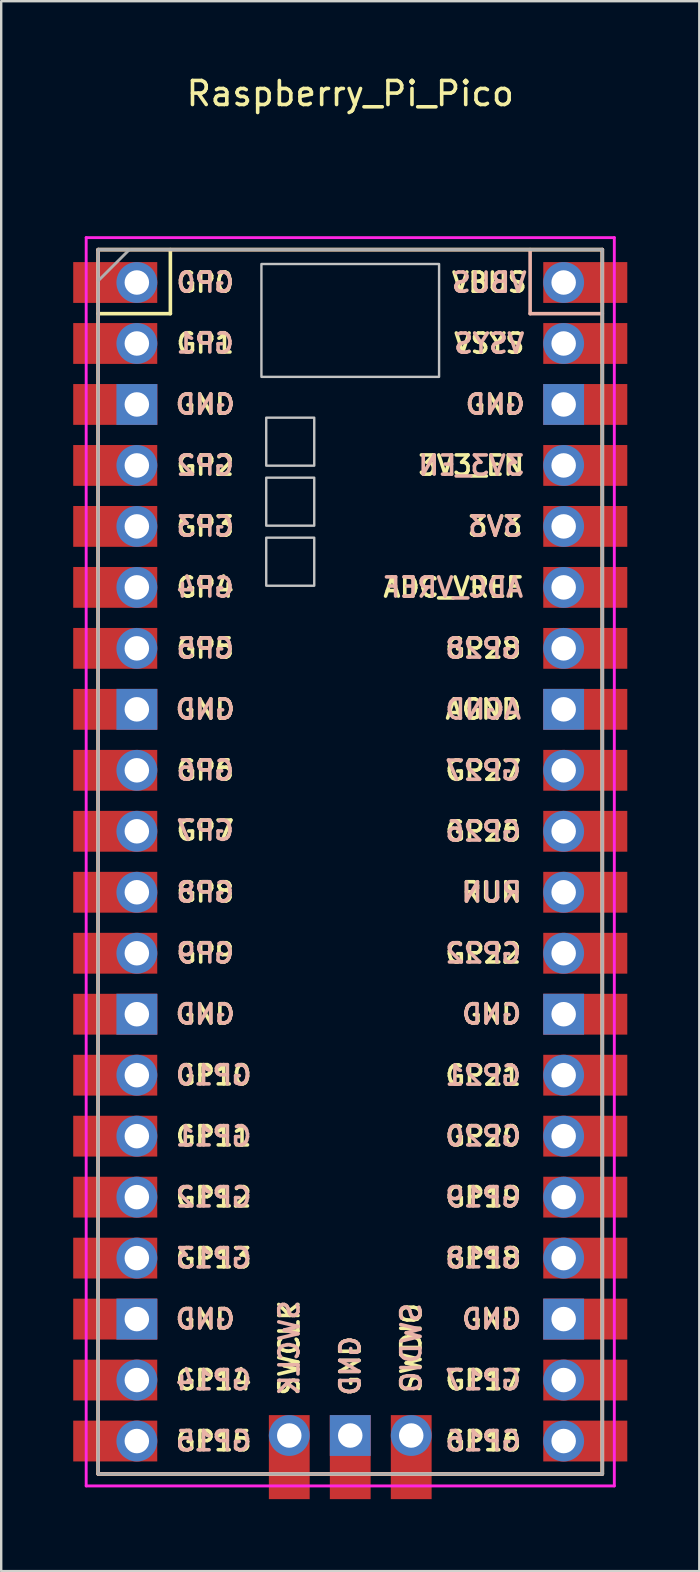
<source format=kicad_pcb>
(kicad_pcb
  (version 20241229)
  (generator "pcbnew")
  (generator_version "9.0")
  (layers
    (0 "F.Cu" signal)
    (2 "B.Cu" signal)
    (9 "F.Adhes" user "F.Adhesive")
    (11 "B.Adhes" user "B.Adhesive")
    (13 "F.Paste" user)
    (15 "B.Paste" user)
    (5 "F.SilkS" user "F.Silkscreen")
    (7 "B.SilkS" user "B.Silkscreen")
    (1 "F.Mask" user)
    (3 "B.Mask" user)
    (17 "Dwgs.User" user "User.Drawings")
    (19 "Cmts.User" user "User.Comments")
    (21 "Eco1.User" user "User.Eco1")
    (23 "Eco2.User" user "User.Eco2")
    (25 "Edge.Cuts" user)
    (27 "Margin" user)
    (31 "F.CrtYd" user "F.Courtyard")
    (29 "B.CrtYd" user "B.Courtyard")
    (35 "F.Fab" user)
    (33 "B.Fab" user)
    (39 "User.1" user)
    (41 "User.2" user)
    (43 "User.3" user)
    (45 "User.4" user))
  (footprint "Raspberry_Pi_Pico"
    (layer "F.Cu")
    (at 11.54 32.848)
    (property "Reference" "Raspberry_Pi_Pico" (at 0 -32 0) (layer "F.SilkS") (effects (font (size 1 1) (thickness 0.15))))
    (attr through_hole)
    (fp_line (start -10.5 -25.5) (end -10.5 25.5) (stroke (width 0.15) (type solid)) (layer "F.SilkS"))
    (fp_line (start -10.5 -25.5) (end 10.5 -25.5) (stroke (width 0.15) (type solid)) (layer "F.SilkS"))
    (fp_line (start -10.5 -22.833) (end -7.493 -22.833) (stroke (width 0.15) (type solid)) (layer "F.SilkS"))
    (fp_line (start -7.493 -22.833) (end -7.493 -25.5) (stroke (width 0.15) (type solid)) (layer "F.SilkS"))
    (fp_line (start 10.5 -25.5) (end 10.5 25.5) (stroke (width 0.15) (type solid)) (layer "F.SilkS"))
    (fp_line (start 10.5 25.5) (end -10.5 25.5) (stroke (width 0.15) (type solid)) (layer "F.SilkS"))
    (fp_line (start -10.5 -25.5) (end -10.5 25.5) (stroke (width 0.15) (type solid)) (layer "B.SilkS"))
    (fp_line (start -10.5 25.5) (end 10.5 25.5) (stroke (width 0.15) (type solid)) (layer "B.SilkS"))
    (fp_line (start 7.493 -22.833) (end 7.493 -25.5) (stroke (width 0.15) (type solid)) (layer "B.SilkS"))
    (fp_line (start 10.5 -25.5) (end -10.5 -25.5) (stroke (width 0.15) (type solid)) (layer "B.SilkS"))
    (fp_line (start 10.5 -25.5) (end 10.5 25.5) (stroke (width 0.15) (type solid)) (layer "B.SilkS"))
    (fp_line (start 10.5 -22.833) (end 7.493 -22.833) (stroke (width 0.15) (type solid)) (layer "B.SilkS"))
    (fp_poly (pts (xy -1.5 -16.5) (xy -3.5 -16.5) (xy -3.5 -18.5) (xy -1.5 -18.5)) (stroke (width 0.1) (type solid)) (fill no) (layer "Dwgs.User"))
    (fp_poly (pts (xy -1.5 -14) (xy -3.5 -14) (xy -3.5 -16) (xy -1.5 -16)) (stroke (width 0.1) (type solid)) (fill no) (layer "Dwgs.User"))
    (fp_poly (pts (xy -1.5 -11.5) (xy -3.5 -11.5) (xy -3.5 -13.5) (xy -1.5 -13.5)) (stroke (width 0.1) (type solid)) (fill no) (layer "Dwgs.User"))
    (fp_poly (pts (xy 3.7 -20.2) (xy -3.7 -20.2) (xy -3.7 -24.9) (xy 3.7 -24.9)) (stroke (width 0.1) (type solid)) (fill no) (layer "Dwgs.User"))
    (fp_line (start -11 -26) (end 11 -26) (stroke (width 0.12) (type solid)) (layer "F.CrtYd"))
    (fp_line (start -11 26) (end -11 -26) (stroke (width 0.12) (type solid)) (layer "F.CrtYd"))
    (fp_line (start 11 -26) (end 11 26) (stroke (width 0.12) (type solid)) (layer "F.CrtYd"))
    (fp_line (start 11 26) (end -11 26) (stroke (width 0.12) (type solid)) (layer "F.CrtYd"))
    (fp_line (start -10.5 -25.5) (end 10.5 -25.5) (stroke (width 0.12) (type solid)) (layer "F.Fab"))
    (fp_line (start -10.5 -24.2) (end -9.2 -25.5) (stroke (width 0.12) (type solid)) (layer "F.Fab"))
    (fp_line (start -10.5 25.5) (end -10.5 -25.5) (stroke (width 0.12) (type solid)) (layer "F.Fab"))
    (fp_line (start 10.5 -25.5) (end 10.5 25.5) (stroke (width 0.12) (type solid)) (layer "F.Fab"))
    (fp_line (start 10.5 25.5) (end -10.5 25.5) (stroke (width 0.12) (type solid)) (layer "F.Fab"))
    (fp_text user "GP9" (at -6.04 3.81 0) (layer "F.SilkS") (effects (font (size 0.8 0.8) (thickness 0.15))))
    (fp_text user "GP17" (at 5.54 21.59 0) (layer "F.SilkS") (effects (font (size 0.8 0.8) (thickness 0.15))))
    (fp_text user "GND" (at 5.89 6.35 0) (layer "F.SilkS") (effects (font (size 0.8 0.8) (thickness 0.15))))
    (fp_text user "GND" (at -6.04 6.35 0) (layer "F.SilkS") (effects (font (size 0.8 0.8) (thickness 0.15))))
    (fp_text user "GP8" (at -6.04 1.27 0) (layer "F.SilkS") (effects (font (size 0.8 0.8) (thickness 0.15))))
    (fp_text user "GP12" (at -5.69 13.97 0) (layer "F.SilkS") (effects (font (size 0.8 0.8) (thickness 0.15))))
    (fp_text user "GND" (at -6.04 19.05 0) (layer "F.SilkS") (effects (font (size 0.8 0.8) (thickness 0.15))))
    (fp_text user "GP28" (at 5.54 -8.89 0) (layer "F.SilkS") (effects (font (size 0.8 0.8) (thickness 0.15))))
    (fp_text user "GP16" (at 5.54 24.13 0) (layer "F.SilkS") (effects (font (size 0.8 0.8) (thickness 0.15))))
    (fp_text user "RUN" (at 5.89 1.27 0) (layer "F.SilkS") (effects (font (size 0.8 0.8) (thickness 0.15))))
    (fp_text user "3V3_EN" (at 5.04 -16.51 0) (layer "F.SilkS") (effects (font (size 0.8 0.8) (thickness 0.15))))
    (fp_text user "GND" (at -6.04 -19.05 0) (layer "F.SilkS") (effects (font (size 0.8 0.8) (thickness 0.15))))
    (fp_text user "GP18" (at 5.54 16.51 0) (layer "F.SilkS") (effects (font (size 0.8 0.8) (thickness 0.15))))
    (fp_text user "VSYS" (at 5.79 -21.59 0) (layer "F.SilkS") (effects (font (size 0.8 0.8) (thickness 0.15))))
    (fp_text user "GND" (at 6.04 -19.05 0) (layer "F.SilkS") (effects (font (size 0.8 0.8) (thickness 0.15))))
    (fp_text user "GP13" (at -5.69 16.51 0) (layer "F.SilkS") (effects (font (size 0.8 0.8) (thickness 0.15))))
    (fp_text user "GP0" (at -6.04 -24.13 0) (layer "F.SilkS") (effects (font (size 0.8 0.8) (thickness 0.15))))
    (fp_text user "ADC_VREF" (at 4.29 -11.43 0) (layer "F.SilkS") (effects (font (size 0.8 0.8) (thickness 0.15))))
    (fp_text user "GND" (at -6.04 -6.35 0) (layer "F.SilkS") (effects (font (size 0.8 0.8) (thickness 0.15))))
    (fp_text user "3V3" (at 6.04 -13.97 0) (layer "F.SilkS") (effects (font (size 0.8 0.8) (thickness 0.15))))
    (fp_text user "GP11" (at -5.69 11.43 0) (layer "F.SilkS") (effects (font (size 0.8 0.8) (thickness 0.15))))
    (fp_text user "GND" (at 0 21 90) (layer "F.SilkS") (effects (font (size 0.8 0.8) (thickness 0.15))))
    (fp_text user "SWDIO" (at 2.54 20.25 90) (layer "F.SilkS") (effects (font (size 0.8 0.8) (thickness 0.15))))
    (fp_text user "GP27" (at 5.54 -3.8 0) (layer "F.SilkS") (effects (font (size 0.8 0.8) (thickness 0.15))))
    (fp_text user "GND" (at 5.89 19.05 0) (layer "F.SilkS") (effects (font (size 0.8 0.8) (thickness 0.15))))
    (fp_text user "GP21" (at 5.54 8.9 0) (layer "F.SilkS") (effects (font (size 0.8 0.8) (thickness 0.15))))
    (fp_text user "VBUS" (at 5.79 -24.13 0) (layer "F.SilkS") (effects (font (size 0.8 0.8) (thickness 0.15))))
    (fp_text user "GP4" (at -6.04 -11.43 0) (layer "F.SilkS") (effects (font (size 0.8 0.8) (thickness 0.15))))
    (fp_text user "GP26" (at 5.54 -1.27 0) (layer "F.SilkS") (effects (font (size 0.8 0.8) (thickness 0.15))))
    (fp_text user "GP2" (at -6.04 -16.51 0) (layer "F.SilkS") (effects (font (size 0.8 0.8) (thickness 0.15))))
    (fp_text user "GP1" (at -6.04 -21.6 0) (layer "F.SilkS") (effects (font (size 0.8 0.8) (thickness 0.15))))
    (fp_text user "GP20" (at 5.54 11.43 0) (layer "F.SilkS") (effects (font (size 0.8 0.8) (thickness 0.15))))
    (fp_text user "GP19" (at 5.54 13.97 0) (layer "F.SilkS") (effects (font (size 0.8 0.8) (thickness 0.15))))
    (fp_text user "GP15" (at -5.69 24.13 0) (layer "F.SilkS") (effects (font (size 0.8 0.8) (thickness 0.15))))
    (fp_text user "GP14" (at -5.69 21.59 0) (layer "F.SilkS") (effects (font (size 0.8 0.8) (thickness 0.15))))
    (fp_text user "GP3" (at -6.04 -13.97 0) (layer "F.SilkS") (effects (font (size 0.8 0.8) (thickness 0.15))))
    (fp_text user "GP6" (at -6.04 -3.81 0) (layer "F.SilkS") (effects (font (size 0.8 0.8) (thickness 0.15))))
    (fp_text user "AGND" (at 5.54 -6.35 0) (layer "F.SilkS") (effects (font (size 0.8 0.8) (thickness 0.15))))
    (fp_text user "GP5" (at -6.04 -8.89 0) (layer "F.SilkS") (effects (font (size 0.8 0.8) (thickness 0.15))))
    (fp_text user "GP22" (at 5.54 3.81 0) (layer "F.SilkS") (effects (font (size 0.8 0.8) (thickness 0.15))))
    (fp_text user "GP7" (at -6.04 -1.3 0) (layer "F.SilkS") (effects (font (size 0.8 0.8) (thickness 0.15))))
    (fp_text user "GP10" (at -5.69 8.89 0) (layer "F.SilkS") (effects (font (size 0.8 0.8) (thickness 0.15))))
    (fp_text user "SWCLK" (at -2.54 20.25 90) (layer "F.SilkS") (effects (font (size 0.8 0.8) (thickness 0.15))))
    (fp_text user "GND" (at 6.04 -19.05 0) (layer "B.SilkS") (effects (font (size 0.8 0.8) (thickness 0.15)) (justify mirror)))
    (fp_text user "AGND" (at 5.54 -6.35 0) (layer "B.SilkS") (effects (font (size 0.8 0.8) (thickness 0.15)) (justify mirror)))
    (fp_text user "GP22" (at 5.54 3.81 0) (layer "B.SilkS") (effects (font (size 0.8 0.8) (thickness 0.15)) (justify mirror)))
    (fp_text user "GP9" (at -6.04 3.81 0) (layer "B.SilkS") (effects (font (size 0.8 0.8) (thickness 0.15)) (justify mirror)))
    (fp_text user "GP20" (at 5.54 11.43 0) (layer "B.SilkS") (effects (font (size 0.8 0.8) (thickness 0.15)) (justify mirror)))
    (fp_text user "GND" (at 0 21 270) (layer "B.SilkS") (effects (font (size 0.8 0.8) (thickness 0.15)) (justify mirror)))
    (fp_text user "3V3_EN" (at 5.04 -16.51 0) (layer "B.SilkS") (effects (font (size 0.8 0.8) (thickness 0.15)) (justify mirror)))
    (fp_text user "GP28" (at 5.54 -8.89 0) (layer "B.SilkS") (effects (font (size 0.8 0.8) (thickness 0.15)) (justify mirror)))
    (fp_text user "GP3" (at -6.04 -13.97 0) (layer "B.SilkS") (effects (font (size 0.8 0.8) (thickness 0.15)) (justify mirror)))
    (fp_text user "3V3" (at 6.04 -13.97 0) (layer "B.SilkS") (effects (font (size 0.8 0.8) (thickness 0.15)) (justify mirror)))
    (fp_text user "GP6" (at -6.04 -3.81 0) (layer "B.SilkS") (effects (font (size 0.8 0.8) (thickness 0.15)) (justify mirror)))
    (fp_text user "GND" (at -6.04 19.05 0) (layer "B.SilkS") (effects (font (size 0.8 0.8) (thickness 0.15)) (justify mirror)))
    (fp_text user "GP0" (at -6.04 -24.13 0) (layer "B.SilkS") (effects (font (size 0.8 0.8) (thickness 0.15)) (justify mirror)))
    (fp_text user "GP8" (at -6.04 1.27 0) (layer "B.SilkS") (effects (font (size 0.8 0.8) (thickness 0.15)) (justify mirror)))
    (fp_text user "GND" (at -6.04 -6.35 0) (layer "B.SilkS") (effects (font (size 0.8 0.8) (thickness 0.15)) (justify mirror)))
    (fp_text user "GP15" (at -5.69 24.13 0) (layer "B.SilkS") (effects (font (size 0.8 0.8) (thickness 0.15)) (justify mirror)))
    (fp_text user "GP19" (at 5.54 13.97 0) (layer "B.SilkS") (effects (font (size 0.8 0.8) (thickness 0.15)) (justify mirror)))
    (fp_text user "RUN" (at 5.89 1.27 0) (layer "B.SilkS") (effects (font (size 0.8 0.8) (thickness 0.15)) (justify mirror)))
    (fp_text user "GP14" (at -5.69 21.59 0) (layer "B.SilkS") (effects (font (size 0.8 0.8) (thickness 0.15)) (justify mirror)))
    (fp_text user "GP10" (at -5.69 8.89 0) (layer "B.SilkS") (effects (font (size 0.8 0.8) (thickness 0.15)) (justify mirror)))
    (fp_text user "GP4" (at -6.04 -11.43 0) (layer "B.SilkS") (effects (font (size 0.8 0.8) (thickness 0.15)) (justify mirror)))
    (fp_text user "GND" (at -6.04 -19.05 0) (layer "B.SilkS") (effects (font (size 0.8 0.8) (thickness 0.15)) (justify mirror)))
    (fp_text user "GP18" (at 5.54 16.51 0) (layer "B.SilkS") (effects (font (size 0.8 0.8) (thickness 0.15)) (justify mirror)))
    (fp_text user "GP17" (at 5.54 21.59 0) (layer "B.SilkS") (effects (font (size 0.8 0.8) (thickness 0.15)) (justify mirror)))
    (fp_text user "GP13" (at -5.69 16.51 0) (layer "B.SilkS") (effects (font (size 0.8 0.8) (thickness 0.15)) (justify mirror)))
    (fp_text user "GND" (at 5.89 19.05 0) (layer "B.SilkS") (effects (font (size 0.8 0.8) (thickness 0.15)) (justify mirror)))
    (fp_text user "GP12" (at -5.69 13.97 0) (layer "B.SilkS") (effects (font (size 0.8 0.8) (thickness 0.15)) (justify mirror)))
    (fp_text user "VSYS" (at 5.79 -21.59 0) (layer "B.SilkS") (effects (font (size 0.8 0.8) (thickness 0.15)) (justify mirror)))
    (fp_text user "GP2" (at -6.04 -16.51 0) (layer "B.SilkS") (effects (font (size 0.8 0.8) (thickness 0.15)) (justify mirror)))
    (fp_text user "GND" (at -6.04 6.35 0) (layer "B.SilkS") (effects (font (size 0.8 0.8) (thickness 0.15)) (justify mirror)))
    (fp_text user "GP26" (at 5.54 -1.27 0) (layer "B.SilkS") (effects (font (size 0.8 0.8) (thickness 0.15)) (justify mirror)))
    (fp_text user "GND" (at 5.89 6.35 0) (layer "B.SilkS") (effects (font (size 0.8 0.8) (thickness 0.15)) (justify mirror)))
    (fp_text user "GP16" (at 5.54 24.13 0) (layer "B.SilkS") (effects (font (size 0.8 0.8) (thickness 0.15)) (justify mirror)))
    (fp_text user "GP21" (at 5.54 8.9 0) (layer "B.SilkS") (effects (font (size 0.8 0.8) (thickness 0.15)) (justify mirror)))
    (fp_text user "SWDIO" (at 2.54 20.25 270) (layer "B.SilkS") (effects (font (size 0.8 0.8) (thickness 0.15)) (justify mirror)))
    (fp_text user "GP1" (at -6.04 -21.6 0) (layer "B.SilkS") (effects (font (size 0.8 0.8) (thickness 0.15)) (justify mirror)))
    (fp_text user "GP27" (at 5.54 -3.8 0) (layer "B.SilkS") (effects (font (size 0.8 0.8) (thickness 0.15)) (justify mirror)))
    (fp_text user "SWCLK" (at -2.54 20.25 270) (layer "B.SilkS") (effects (font (size 0.8 0.8) (thickness 0.15)) (justify mirror)))
    (fp_text user "GP5" (at -6.04 -8.89 0) (layer "B.SilkS") (effects (font (size 0.8 0.8) (thickness 0.15)) (justify mirror)))
    (fp_text user "GP7" (at -6.04 -1.3 0) (layer "B.SilkS") (effects (font (size 0.8 0.8) (thickness 0.15)) (justify mirror)))
    (fp_text user "ADC_VREF" (at 4.29 -11.43 0) (layer "B.SilkS") (effects (font (size 0.8 0.8) (thickness 0.15)) (justify mirror)))
    (fp_text user "GP11" (at -5.69 11.43 0) (layer "B.SilkS") (effects (font (size 0.8 0.8) (thickness 0.15)) (justify mirror)))
    (fp_text user "VBUS" (at 5.79 -24.13 0) (layer "B.SilkS") (effects (font (size 0.8 0.8) (thickness 0.15)) (justify mirror)))
    (pad "1" thru_hole oval (at -8.89 -24.13) (size 1.7 1.7) (drill 1.02) (layers "*.Cu" "*.Mask"))
    (pad "1" smd rect (at -8.89 -24.13) (size 3.5 1.7) (drill (offset -0.9 0)) (layers "F.Cu" "F.Mask"))
    (pad "2" thru_hole oval (at -8.89 -21.59) (size 1.7 1.7) (drill 1.02) (layers "*.Cu" "*.Mask"))
    (pad "2" smd rect (at -8.89 -21.59) (size 3.5 1.7) (drill (offset -0.9 0)) (layers "F.Cu" "F.Mask"))
    (pad "3" thru_hole rect (at -8.89 -19.05) (size 1.7 1.7) (drill 1.02) (layers "*.Cu" "*.Mask"))
    (pad "3" smd rect (at -8.89 -19.05) (size 3.5 1.7) (drill (offset -0.9 0)) (layers "F.Cu" "F.Mask"))
    (pad "4" thru_hole oval (at -8.89 -16.51) (size 1.7 1.7) (drill 1.02) (layers "*.Cu" "*.Mask"))
    (pad "4" smd rect (at -8.89 -16.51) (size 3.5 1.7) (drill (offset -0.9 0)) (layers "F.Cu" "F.Mask"))
    (pad "5" thru_hole oval (at -8.89 -13.97) (size 1.7 1.7) (drill 1.02) (layers "*.Cu" "*.Mask"))
    (pad "5" smd rect (at -8.89 -13.97) (size 3.5 1.7) (drill (offset -0.9 0)) (layers "F.Cu" "F.Mask"))
    (pad "6" thru_hole oval (at -8.89 -11.43) (size 1.7 1.7) (drill 1.02) (layers "*.Cu" "*.Mask"))
    (pad "6" smd rect (at -8.89 -11.43) (size 3.5 1.7) (drill (offset -0.9 0)) (layers "F.Cu" "F.Mask"))
    (pad "7" thru_hole oval (at -8.89 -8.89) (size 1.7 1.7) (drill 1.02) (layers "*.Cu" "*.Mask"))
    (pad "7" smd rect (at -8.89 -8.89) (size 3.5 1.7) (drill (offset -0.9 0)) (layers "F.Cu" "F.Mask"))
    (pad "8" thru_hole rect (at -8.89 -6.35) (size 1.7 1.7) (drill 1.02) (layers "*.Cu" "*.Mask"))
    (pad "8" smd rect (at -8.89 -6.35) (size 3.5 1.7) (drill (offset -0.9 0)) (layers "F.Cu" "F.Mask"))
    (pad "9" thru_hole oval (at -8.89 -3.81) (size 1.7 1.7) (drill 1.02) (layers "*.Cu" "*.Mask"))
    (pad "9" smd rect (at -8.89 -3.81) (size 3.5 1.7) (drill (offset -0.9 0)) (layers "F.Cu" "F.Mask"))
    (pad "10" thru_hole oval (at -8.89 -1.27) (size 1.7 1.7) (drill 1.02) (layers "*.Cu" "*.Mask"))
    (pad "10" smd rect (at -8.89 -1.27) (size 3.5 1.7) (drill (offset -0.9 0)) (layers "F.Cu" "F.Mask"))
    (pad "11" thru_hole oval (at -8.89 1.27) (size 1.7 1.7) (drill 1.02) (layers "*.Cu" "*.Mask"))
    (pad "11" smd rect (at -8.89 1.27) (size 3.5 1.7) (drill (offset -0.9 0)) (layers "F.Cu" "F.Mask"))
    (pad "12" thru_hole oval (at -8.89 3.81) (size 1.7 1.7) (drill 1.02) (layers "*.Cu" "*.Mask"))
    (pad "12" smd rect (at -8.89 3.81) (size 3.5 1.7) (drill (offset -0.9 0)) (layers "F.Cu" "F.Mask"))
    (pad "13" thru_hole rect (at -8.89 6.35) (size 1.7 1.7) (drill 1.02) (layers "*.Cu" "*.Mask"))
    (pad "13" smd rect (at -8.89 6.35) (size 3.5 1.7) (drill (offset -0.9 0)) (layers "F.Cu" "F.Mask"))
    (pad "14" thru_hole oval (at -8.89 8.89) (size 1.7 1.7) (drill 1.02) (layers "*.Cu" "*.Mask"))
    (pad "14" smd rect (at -8.89 8.89) (size 3.5 1.7) (drill (offset -0.9 0)) (layers "F.Cu" "F.Mask"))
    (pad "15" thru_hole oval (at -8.89 11.43) (size 1.7 1.7) (drill 1.02) (layers "*.Cu" "*.Mask"))
    (pad "15" smd rect (at -8.89 11.43) (size 3.5 1.7) (drill (offset -0.9 0)) (layers "F.Cu" "F.Mask"))
    (pad "16" thru_hole oval (at -8.89 13.97) (size 1.7 1.7) (drill 1.02) (layers "*.Cu" "*.Mask"))
    (pad "16" smd rect (at -8.89 13.97) (size 3.5 1.7) (drill (offset -0.9 0)) (layers "F.Cu" "F.Mask"))
    (pad "17" thru_hole oval (at -8.89 16.51) (size 1.7 1.7) (drill 1.02) (layers "*.Cu" "*.Mask"))
    (pad "17" smd rect (at -8.89 16.51) (size 3.5 1.7) (drill (offset -0.9 0)) (layers "F.Cu" "F.Mask"))
    (pad "18" thru_hole rect (at -8.89 19.05) (size 1.7 1.7) (drill 1.02) (layers "*.Cu" "*.Mask"))
    (pad "18" smd rect (at -8.89 19.05) (size 3.5 1.7) (drill (offset -0.9 0)) (layers "F.Cu" "F.Mask"))
    (pad "19" thru_hole oval (at -8.89 21.59) (size 1.7 1.7) (drill 1.02) (layers "*.Cu" "*.Mask"))
    (pad "19" smd rect (at -8.89 21.59) (size 3.5 1.7) (drill (offset -0.9 0)) (layers "F.Cu" "F.Mask"))
    (pad "20" thru_hole oval (at -8.89 24.13) (size 1.7 1.7) (drill 1.02) (layers "*.Cu" "*.Mask"))
    (pad "20" smd rect (at -8.89 24.13) (size 3.5 1.7) (drill (offset -0.9 0)) (layers "F.Cu" "F.Mask"))
    (pad "21" thru_hole oval (at 8.89 24.13) (size 1.7 1.7) (drill 1.02) (layers "*.Cu" "*.Mask"))
    (pad "21" smd rect (at 8.89 24.13) (size 3.5 1.7) (drill (offset 0.9 0)) (layers "F.Cu" "F.Mask"))
    (pad "22" thru_hole oval (at 8.89 21.59) (size 1.7 1.7) (drill 1.02) (layers "*.Cu" "*.Mask"))
    (pad "22" smd rect (at 8.89 21.59) (size 3.5 1.7) (drill (offset 0.9 0)) (layers "F.Cu" "F.Mask"))
    (pad "23" thru_hole rect (at 8.89 19.05) (size 1.7 1.7) (drill 1.02) (layers "*.Cu" "*.Mask"))
    (pad "23" smd rect (at 8.89 19.05) (size 3.5 1.7) (drill (offset 0.9 0)) (layers "F.Cu" "F.Mask"))
    (pad "24" thru_hole oval (at 8.89 16.51) (size 1.7 1.7) (drill 1.02) (layers "*.Cu" "*.Mask"))
    (pad "24" smd rect (at 8.89 16.51) (size 3.5 1.7) (drill (offset 0.9 0)) (layers "F.Cu" "F.Mask"))
    (pad "25" thru_hole oval (at 8.89 13.97) (size 1.7 1.7) (drill 1.02) (layers "*.Cu" "*.Mask"))
    (pad "25" smd rect (at 8.89 13.97) (size 3.5 1.7) (drill (offset 0.9 0)) (layers "F.Cu" "F.Mask"))
    (pad "26" thru_hole oval (at 8.89 11.43) (size 1.7 1.7) (drill 1.02) (layers "*.Cu" "*.Mask"))
    (pad "26" smd rect (at 8.89 11.43) (size 3.5 1.7) (drill (offset 0.9 0)) (layers "F.Cu" "F.Mask"))
    (pad "27" thru_hole oval (at 8.89 8.89) (size 1.7 1.7) (drill 1.02) (layers "*.Cu" "*.Mask"))
    (pad "27" smd rect (at 8.89 8.89) (size 3.5 1.7) (drill (offset 0.9 0)) (layers "F.Cu" "F.Mask"))
    (pad "28" thru_hole rect (at 8.89 6.35) (size 1.7 1.7) (drill 1.02) (layers "*.Cu" "*.Mask"))
    (pad "28" smd rect (at 8.89 6.35) (size 3.5 1.7) (drill (offset 0.9 0)) (layers "F.Cu" "F.Mask"))
    (pad "29" thru_hole oval (at 8.89 3.81) (size 1.7 1.7) (drill 1.02) (layers "*.Cu" "*.Mask"))
    (pad "29" smd rect (at 8.89 3.81) (size 3.5 1.7) (drill (offset 0.9 0)) (layers "F.Cu" "F.Mask"))
    (pad "30" thru_hole oval (at 8.89 1.27) (size 1.7 1.7) (drill 1.02) (layers "*.Cu" "*.Mask"))
    (pad "30" smd rect (at 8.89 1.27) (size 3.5 1.7) (drill (offset 0.9 0)) (layers "F.Cu" "F.Mask"))
    (pad "31" thru_hole oval (at 8.89 -1.27) (size 1.7 1.7) (drill 1.02) (layers "*.Cu" "*.Mask"))
    (pad "31" smd rect (at 8.89 -1.27) (size 3.5 1.7) (drill (offset 0.9 0)) (layers "F.Cu" "F.Mask"))
    (pad "32" thru_hole oval (at 8.89 -3.81) (size 1.7 1.7) (drill 1.02) (layers "*.Cu" "*.Mask"))
    (pad "32" smd rect (at 8.89 -3.81) (size 3.5 1.7) (drill (offset 0.9 0)) (layers "F.Cu" "F.Mask"))
    (pad "33" thru_hole rect (at 8.89 -6.35) (size 1.7 1.7) (drill 1.02) (layers "*.Cu" "*.Mask"))
    (pad "33" smd rect (at 8.89 -6.35) (size 3.5 1.7) (drill (offset 0.9 0)) (layers "F.Cu" "F.Mask"))
    (pad "34" thru_hole oval (at 8.89 -8.89) (size 1.7 1.7) (drill 1.02) (layers "*.Cu" "*.Mask"))
    (pad "34" smd rect (at 8.89 -8.89) (size 3.5 1.7) (drill (offset 0.9 0)) (layers "F.Cu" "F.Mask"))
    (pad "35" thru_hole oval (at 8.89 -11.43) (size 1.7 1.7) (drill 1.02) (layers "*.Cu" "*.Mask"))
    (pad "35" smd rect (at 8.89 -11.43) (size 3.5 1.7) (drill (offset 0.9 0)) (layers "F.Cu" "F.Mask"))
    (pad "36" thru_hole oval (at 8.89 -13.97) (size 1.7 1.7) (drill 1.02) (layers "*.Cu" "*.Mask"))
    (pad "36" smd rect (at 8.89 -13.97) (size 3.5 1.7) (drill (offset 0.9 0)) (layers "F.Cu" "F.Mask"))
    (pad "37" thru_hole oval (at 8.89 -16.51) (size 1.7 1.7) (drill 1.02) (layers "*.Cu" "*.Mask"))
    (pad "37" smd rect (at 8.89 -16.51) (size 3.5 1.7) (drill (offset 0.9 0)) (layers "F.Cu" "F.Mask"))
    (pad "38" thru_hole rect (at 8.89 -19.05) (size 1.7 1.7) (drill 1.02) (layers "*.Cu" "*.Mask"))
    (pad "38" smd rect (at 8.89 -19.05) (size 3.5 1.7) (drill (offset 0.9 0)) (layers "F.Cu" "F.Mask"))
    (pad "39" thru_hole oval (at 8.89 -21.59) (size 1.7 1.7) (drill 1.02) (layers "*.Cu" "*.Mask"))
    (pad "39" smd rect (at 8.89 -21.59) (size 3.5 1.7) (drill (offset 0.9 0)) (layers "F.Cu" "F.Mask"))
    (pad "40" thru_hole oval (at 8.89 -24.13) (size 1.7 1.7) (drill 1.02) (layers "*.Cu" "*.Mask"))
    (pad "40" smd rect (at 8.89 -24.13) (size 3.5 1.7) (drill (offset 0.9 0)) (layers "F.Cu" "F.Mask"))
    (pad "41" thru_hole oval (at -2.54 23.9) (size 1.7 1.7) (drill 1.02) (layers "*.Cu" "*.Mask"))
    (pad "41" smd rect (at -2.54 23.9 90) (size 3.5 1.7) (drill (offset -0.9 0)) (layers "F.Cu" "F.Mask"))
    (pad "42" thru_hole rect (at 0 23.9) (size 1.7 1.7) (drill 1.02) (layers "*.Cu" "*.Mask"))
    (pad "42" smd rect (at 0 23.9 90) (size 3.5 1.7) (drill (offset -0.9 0)) (layers "F.Cu" "F.Mask"))
    (pad "43" thru_hole oval (at 2.54 23.9) (size 1.7 1.7) (drill 1.02) (layers "*.Cu" "*.Mask"))
    (pad "43" smd rect (at 2.54 23.9 90) (size 3.5 1.7) (drill (offset -0.9 0)) (layers "F.Cu" "F.Mask")))
  (gr_rect
    (start -3 -3)
    (end 26.08 62.398)
    (stroke (width 0.1) (type default))
    (fill no)
    (layer "Edge.Cuts")))
</source>
